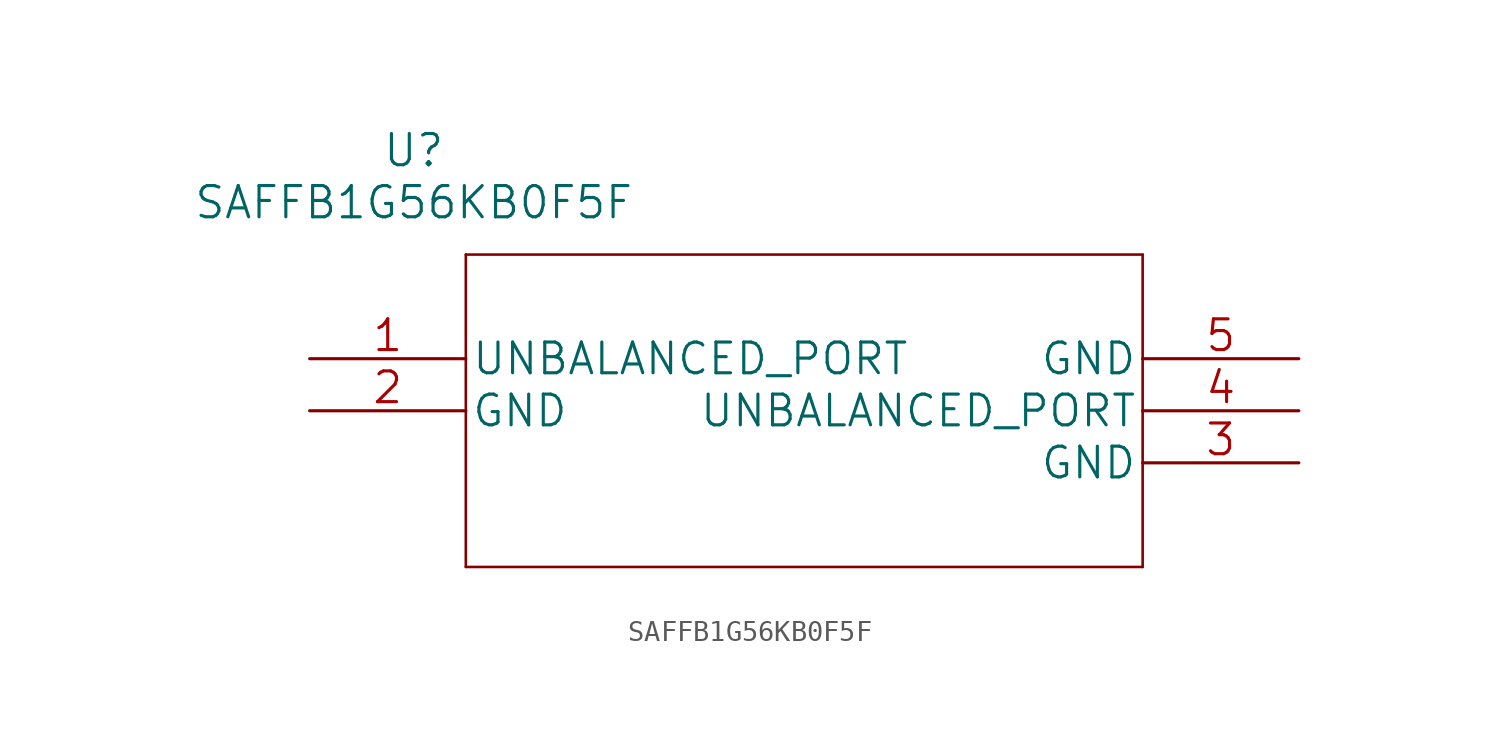
<source format=kicad_sym>
(kicad_symbol_lib
  (version 20220914)
  (generator kicad_symbol_editor)
  (symbol "SAFFB1G56KB0F5F"
    (pin_names
      (offset 0.254))
    (property "Reference" "U"
      (at 43.18 10.16 0)
      (effects (font (size 1.524 1.524))))
    (property "Value" "SAFFB1G56KB0F5F"
      (at 43.18 7.62 0)
      (effects (font (size 1.524 1.524))))
    (property "Datasheet" ""
      (at 38.1 0 0)
      (effects (font (size 1.524 1.524))))
    (property "ki_locked" ""
      (at 0 0 0)
      (effects (font (size 1.27 1.27))))
    (symbol "SAFFB1G56KB0F5F_1_1"
      (polyline (pts (xy 45.72 -10.16) (xy 78.74 -10.16)) (stroke (width 0.127) (type default)) (fill (type none)))
      (polyline (pts (xy 45.72 5.08) (xy 45.72 -10.16)) (stroke (width 0.127) (type default)) (fill (type none)))
      (polyline (pts (xy 78.74 -10.16) (xy 78.74 5.08)) (stroke (width 0.127) (type default)) (fill (type none)))
      (polyline (pts (xy 78.74 5.08) (xy 45.72 5.08)) (stroke (width 0.127) (type default)) (fill (type none)))
      (pin unspecified line (at 38.1 0 0) (length 7.62) (name "UNBALANCED_PORT" (effects (font (size 1.499 1.499)))) (number "1" (effects (font (size 1.499 1.499)))))
      (pin power_in line (at 38.1 -2.54 0) (length 7.62) (name "GND" (effects (font (size 1.499 1.499)))) (number "2" (effects (font (size 1.499 1.499)))))
      (pin power_in line (at 86.36 -5.08 180) (length 7.62) (name "GND" (effects (font (size 1.499 1.499)))) (number "3" (effects (font (size 1.499 1.499)))))
      (pin unspecified line (at 86.36 -2.54 180) (length 7.62) (name "UNBALANCED_PORT" (effects (font (size 1.499 1.499)))) (number "4" (effects (font (size 1.499 1.499)))))
      (pin power_in line (at 86.36 0 180) (length 7.62) (name "GND" (effects (font (size 1.499 1.499)))) (number "5" (effects (font (size 1.499 1.499))))))))
</source>
